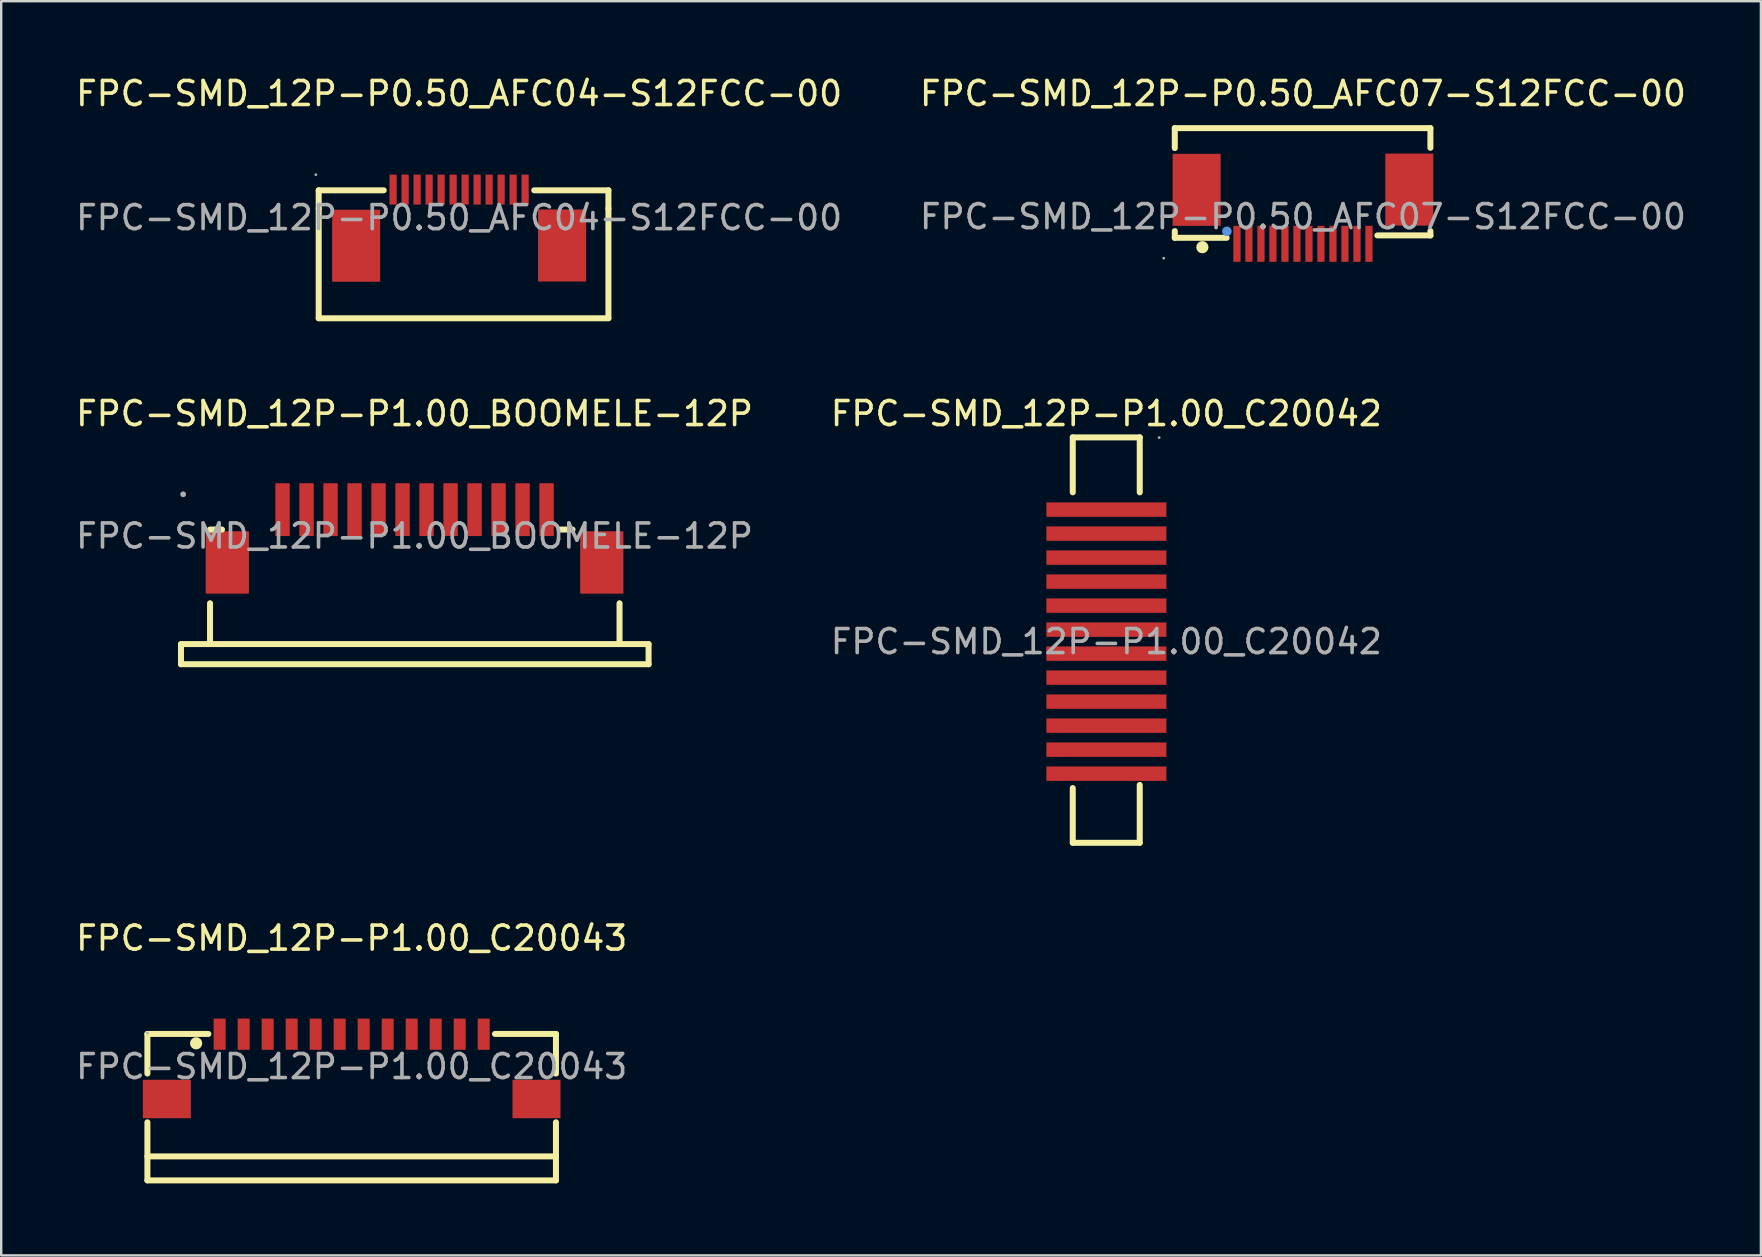
<source format=kicad_pcb>
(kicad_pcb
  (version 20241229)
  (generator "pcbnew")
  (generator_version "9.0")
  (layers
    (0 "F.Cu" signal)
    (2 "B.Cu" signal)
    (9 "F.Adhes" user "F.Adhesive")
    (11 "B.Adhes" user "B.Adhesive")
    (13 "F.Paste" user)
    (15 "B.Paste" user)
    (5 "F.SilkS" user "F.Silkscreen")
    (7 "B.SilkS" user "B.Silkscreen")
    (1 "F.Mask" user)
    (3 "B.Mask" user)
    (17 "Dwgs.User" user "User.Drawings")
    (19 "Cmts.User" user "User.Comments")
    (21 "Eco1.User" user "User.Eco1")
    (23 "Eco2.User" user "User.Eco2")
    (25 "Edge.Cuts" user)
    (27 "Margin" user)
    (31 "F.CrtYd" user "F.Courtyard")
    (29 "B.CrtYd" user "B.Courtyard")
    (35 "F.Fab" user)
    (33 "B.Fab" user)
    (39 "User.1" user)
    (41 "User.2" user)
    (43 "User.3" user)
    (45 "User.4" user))
  (footprint "FPC-SMD_12P-P1.00_C20043"
    (layer "F.Cu")
    (at 11.601 41.385)
    (property "Reference" "FPC-SMD_12P-P1.00_C20043" (at 0 -5.35 0) (layer "F.SilkS") (effects (font (size 1 1) (thickness 0.15))))
    (attr through_hole)
    (fp_line (start -8.51 -1.36) (end -5.97 -1.36) (stroke (width 0.25) (type solid)) (layer "F.SilkS"))
    (fp_line (start -8.51 0.29) (end -8.51 -1.36) (stroke (width 0.25) (type solid)) (layer "F.SilkS"))
    (fp_line (start -8.51 2.32) (end -8.51 4.74) (stroke (width 0.25) (type solid)) (layer "F.SilkS"))
    (fp_line (start -8.51 3.74) (end 8.51 3.74) (stroke (width 0.25) (type solid)) (layer "F.SilkS"))
    (fp_line (start -8.51 4.74) (end 8.51 4.74) (stroke (width 0.25) (type solid)) (layer "F.SilkS"))
    (fp_line (start 5.97 -1.36) (end 8.51 -1.36) (stroke (width 0.25) (type solid)) (layer "F.SilkS"))
    (fp_line (start 8.51 -1.36) (end 8.51 0.29) (stroke (width 0.25) (type solid)) (layer "F.SilkS"))
    (fp_line (start 8.51 4.74) (end 8.51 2.32) (stroke (width 0.25) (type solid)) (layer "F.SilkS"))
    (fp_circle (center -6.48 -0.97) (end -6.35 -0.97) (stroke (width 0.25) (type solid)) (fill no) (layer "F.SilkS"))
    (fp_circle (center -8.51 -1.4) (end -8.48 -1.4) (stroke (width 0.06) (type solid)) (fill no) (layer "F.Fab"))
    (fp_text user "${REFERENCE}" (at 0 0 0) (layer "F.Fab") (effects (font (size 1 1) (thickness 0.15))))
    (pad "1" smd rect (at -5.5 -1.35) (size 0.5 1.3) (layers "F.Cu" "F.Mask" "F.Paste"))
    (pad "2" smd rect (at -4.5 -1.35) (size 0.5 1.3) (layers "F.Cu" "F.Mask" "F.Paste"))
    (pad "3" smd rect (at -3.5 -1.35) (size 0.5 1.3) (layers "F.Cu" "F.Mask" "F.Paste"))
    (pad "4" smd rect (at -2.5 -1.35) (size 0.5 1.3) (layers "F.Cu" "F.Mask" "F.Paste"))
    (pad "5" smd rect (at -1.5 -1.35) (size 0.5 1.3) (layers "F.Cu" "F.Mask" "F.Paste"))
    (pad "6" smd rect (at -0.5 -1.35) (size 0.5 1.3) (layers "F.Cu" "F.Mask" "F.Paste"))
    (pad "7" smd rect (at 0.5 -1.35) (size 0.5 1.3) (layers "F.Cu" "F.Mask" "F.Paste"))
    (pad "8" smd rect (at 1.5 -1.35) (size 0.5 1.3) (layers "F.Cu" "F.Mask" "F.Paste"))
    (pad "9" smd rect (at 2.5 -1.35) (size 0.5 1.3) (layers "F.Cu" "F.Mask" "F.Paste"))
    (pad "10" smd rect (at 3.5 -1.35) (size 0.5 1.3) (layers "F.Cu" "F.Mask" "F.Paste"))
    (pad "11" smd rect (at 4.5 -1.35) (size 0.5 1.3) (layers "F.Cu" "F.Mask" "F.Paste"))
    (pad "12" smd rect (at 5.5 -1.35) (size 0.5 1.3) (layers "F.Cu" "F.Mask" "F.Paste"))
    (pad "13" smd rect (at 7.7 1.35) (size 2 1.6) (layers "F.Cu" "F.Mask" "F.Paste"))
    (pad "14" smd rect (at -7.7 1.35) (size 2 1.6) (layers "F.Cu" "F.Mask" "F.Paste")))
  (footprint "FPC-SMD_12P-P1.00_BOOMELE-12P"
    (layer "F.Cu")
    (at 14.22 19.282)
    (property "Reference" "FPC-SMD_12P-P1.00_BOOMELE-12P" (at 0 -5.1 0) (layer "F.SilkS") (effects (font (size 1 1) (thickness 0.15))))
    (attr through_hole)
    (fp_line (start -9.73 5.34) (end -9.73 4.51) (stroke (width 0.25) (type solid)) (layer "F.SilkS"))
    (fp_line (start -9.73 5.34) (end 9.75 5.34) (stroke (width 0.25) (type solid)) (layer "F.SilkS"))
    (fp_line (start -8.52 -0.27) (end -8.02 -0.27) (stroke (width 0.25) (type solid)) (layer "F.SilkS"))
    (fp_line (start -8.52 2.8) (end -8.52 4.48) (stroke (width 0.25) (type solid)) (layer "F.SilkS"))
    (fp_line (start 6.08 -0.27) (end 6.58 -0.27) (stroke (width 0.25) (type solid)) (layer "F.SilkS"))
    (fp_line (start 8.54 4.5) (end 8.54 2.8) (stroke (width 0.25) (type solid)) (layer "F.SilkS"))
    (fp_line (start 9.75 4.5) (end -9.73 4.5) (stroke (width 0.25) (type solid)) (layer "F.SilkS"))
    (fp_line (start 9.75 5.34) (end 9.75 4.51) (stroke (width 0.25) (type solid)) (layer "F.SilkS"))
    (fp_circle (center -9.64 -1.74) (end -9.58 -1.74) (stroke (width 0.12) (type solid)) (fill no) (layer "F.Fab"))
    (fp_text user "${REFERENCE}" (at 0 0 0) (layer "F.Fab") (effects (font (size 1 1) (thickness 0.15))))
    (pad "1" smd rect (at -5.5 -1.1 180) (size 0.6 2.2) (layers "F.Cu" "F.Mask" "F.Paste"))
    (pad "2" smd rect (at -4.5 -1.1 180) (size 0.6 2.2) (layers "F.Cu" "F.Mask" "F.Paste"))
    (pad "3" smd rect (at -3.5 -1.1 180) (size 0.6 2.2) (layers "F.Cu" "F.Mask" "F.Paste"))
    (pad "4" smd rect (at -2.5 -1.1 180) (size 0.6 2.2) (layers "F.Cu" "F.Mask" "F.Paste"))
    (pad "5" smd rect (at -1.5 -1.1 180) (size 0.6 2.2) (layers "F.Cu" "F.Mask" "F.Paste"))
    (pad "6" smd rect (at -0.5 -1.1 180) (size 0.6 2.2) (layers "F.Cu" "F.Mask" "F.Paste"))
    (pad "7" smd rect (at 0.5 -1.1 180) (size 0.6 2.2) (layers "F.Cu" "F.Mask" "F.Paste"))
    (pad "8" smd rect (at 1.5 -1.1 180) (size 0.6 2.2) (layers "F.Cu" "F.Mask" "F.Paste"))
    (pad "9" smd rect (at 2.5 -1.1 180) (size 0.6 2.2) (layers "F.Cu" "F.Mask" "F.Paste"))
    (pad "10" smd rect (at 3.5 -1.1 180) (size 0.6 2.2) (layers "F.Cu" "F.Mask" "F.Paste"))
    (pad "11" smd rect (at 4.5 -1.1 180) (size 0.6 2.2) (layers "F.Cu" "F.Mask" "F.Paste"))
    (pad "12" smd rect (at 5.5 -1.1 180) (size 0.6 2.2) (layers "F.Cu" "F.Mask" "F.Paste"))
    (pad "13" smd rect (at -7.8 1.1 270) (size 2.6 1.8) (layers "F.Cu" "F.Mask" "F.Paste"))
    (pad "14" smd rect (at 7.8 1.1 270) (size 2.6 1.8) (layers "F.Cu" "F.Mask" "F.Paste")))
  (footprint "FPC-SMD_12P-P1.00_C20042"
    (layer "F.Cu")
    (at 43.042 23.681)
    (property "Reference" "FPC-SMD_12P-P1.00_C20042" (at 0 -9.5 0) (layer "F.SilkS") (effects (font (size 1 1) (thickness 0.15))))
    (attr through_hole)
    (fp_line (start -1.4 -8.51) (end 1.39 -8.51) (stroke (width 0.25) (type solid)) (layer "F.SilkS"))
    (fp_line (start -1.4 -6.22) (end -1.4 -8.51) (stroke (width 0.25) (type solid)) (layer "F.SilkS"))
    (fp_line (start -1.4 8.38) (end -1.4 6.1) (stroke (width 0.25) (type solid)) (layer "F.SilkS"))
    (fp_line (start 1.39 -8.51) (end 1.39 -6.22) (stroke (width 0.25) (type solid)) (layer "F.SilkS"))
    (fp_line (start 1.39 5.97) (end 1.39 8.38) (stroke (width 0.25) (type solid)) (layer "F.SilkS"))
    (fp_line (start 1.39 8.38) (end -1.4 8.38) (stroke (width 0.25) (type solid)) (layer "F.SilkS"))
    (fp_circle (center 2.2 -8.5) (end 2.23 -8.5) (stroke (width 0.06) (type solid)) (fill no) (layer "F.Fab"))
    (fp_text user "${REFERENCE}" (at 0 0 0) (layer "F.Fab") (effects (font (size 1 1) (thickness 0.15))))
    (pad "1" smd rect (at 0 -5.5 90) (size 0.6 5) (layers "F.Cu" "F.Mask" "F.Paste"))
    (pad "2" smd rect (at 0 -4.5 90) (size 0.6 5) (layers "F.Cu" "F.Mask" "F.Paste"))
    (pad "3" smd rect (at 0 -3.5 90) (size 0.6 5) (layers "F.Cu" "F.Mask" "F.Paste"))
    (pad "4" smd rect (at 0 -2.5 90) (size 0.6 5) (layers "F.Cu" "F.Mask" "F.Paste"))
    (pad "5" smd rect (at 0 -1.5 90) (size 0.6 5) (layers "F.Cu" "F.Mask" "F.Paste"))
    (pad "6" smd rect (at 0 -0.5 90) (size 0.6 5) (layers "F.Cu" "F.Mask" "F.Paste"))
    (pad "7" smd rect (at 0 0.5 90) (size 0.6 5) (layers "F.Cu" "F.Mask" "F.Paste"))
    (pad "8" smd rect (at 0 1.5 90) (size 0.6 5) (layers "F.Cu" "F.Mask" "F.Paste"))
    (pad "9" smd rect (at 0 2.5 90) (size 0.6 5) (layers "F.Cu" "F.Mask" "F.Paste"))
    (pad "10" smd rect (at 0 3.5 90) (size 0.6 5) (layers "F.Cu" "F.Mask" "F.Paste"))
    (pad "11" smd rect (at 0 4.5 90) (size 0.6 5) (layers "F.Cu" "F.Mask" "F.Paste"))
    (pad "12" smd rect (at 0 5.5 90) (size 0.6 5) (layers "F.Cu" "F.Mask" "F.Paste")))
  (footprint "FPC-SMD_12P-P0.50_AFC07-S12FCC-00"
    (layer "F.Cu")
    (at 51.232 5.978)
    (property "Reference" "FPC-SMD_12P-P0.50_AFC07-S12FCC-00" (at 0 -5.13 0) (layer "F.SilkS") (effects (font (size 1 1) (thickness 0.15))))
    (attr through_hole)
    (fp_line (start -5.34 -3.69) (end -5.34 -2.86) (stroke (width 0.25) (type solid)) (layer "F.SilkS"))
    (fp_line (start -5.34 0.6) (end -5.34 0.88) (stroke (width 0.25) (type solid)) (layer "F.SilkS"))
    (fp_line (start -5.34 0.88) (end -3.18 0.88) (stroke (width 0.25) (type solid)) (layer "F.SilkS"))
    (fp_line (start 3.1 0.78) (end 5.31 0.78) (stroke (width 0.25) (type solid)) (layer "F.SilkS"))
    (fp_line (start 5.31 -3.69) (end -5.34 -3.69) (stroke (width 0.25) (type solid)) (layer "F.SilkS"))
    (fp_line (start 5.31 -2.87) (end 5.31 -3.69) (stroke (width 0.25) (type solid)) (layer "F.SilkS"))
    (fp_line (start 5.31 0.78) (end 5.31 0.6) (stroke (width 0.25) (type solid)) (layer "F.SilkS"))
    (fp_circle (center -4.19 1.27) (end -4.06 1.27) (stroke (width 0.25) (type solid)) (fill no) (layer "F.SilkS"))
    (fp_circle (center -3.17 0.61) (end -3.07 0.61) (stroke (width 0.2) (type solid)) (fill no) (layer "Cmts.User"))
    (fp_circle (center -5.8 1.73) (end -5.77 1.73) (stroke (width 0.06) (type solid)) (fill no) (layer "F.Fab"))
    (fp_text user "${REFERENCE}" (at 0 0 0) (layer "F.Fab") (effects (font (size 1 1) (thickness 0.15))))
    (pad "1" smd rect (at -2.75 1.13) (size 0.3 1.5) (layers "F.Cu" "F.Mask" "F.Paste"))
    (pad "2" smd rect (at -2.25 1.13) (size 0.3 1.5) (layers "F.Cu" "F.Mask" "F.Paste"))
    (pad "3" smd rect (at -1.75 1.13) (size 0.3 1.5) (layers "F.Cu" "F.Mask" "F.Paste"))
    (pad "4" smd rect (at -1.25 1.13) (size 0.3 1.5) (layers "F.Cu" "F.Mask" "F.Paste"))
    (pad "5" smd rect (at -0.75 1.13) (size 0.3 1.5) (layers "F.Cu" "F.Mask" "F.Paste"))
    (pad "6" smd rect (at -0.25 1.13) (size 0.3 1.5) (layers "F.Cu" "F.Mask" "F.Paste"))
    (pad "7" smd rect (at 0.25 1.13) (size 0.3 1.5) (layers "F.Cu" "F.Mask" "F.Paste"))
    (pad "8" smd rect (at 0.75 1.13) (size 0.3 1.5) (layers "F.Cu" "F.Mask" "F.Paste"))
    (pad "9" smd rect (at 1.25 1.13) (size 0.3 1.5) (layers "F.Cu" "F.Mask" "F.Paste"))
    (pad "10" smd rect (at 1.75 1.13) (size 0.3 1.5) (layers "F.Cu" "F.Mask" "F.Paste"))
    (pad "11" smd rect (at 2.25 1.13) (size 0.3 1.5) (layers "F.Cu" "F.Mask" "F.Paste"))
    (pad "12" smd rect (at 2.75 1.13) (size 0.3 1.5) (layers "F.Cu" "F.Mask" "F.Paste"))
    (pad "13" smd rect (at 4.43 -1.13 180) (size 2 3) (layers "F.Cu" "F.Mask" "F.Paste"))
    (pad "14" smd rect (at -4.43 -1.12) (size 2 3) (layers "F.Cu" "F.Mask" "F.Paste")))
  (footprint "FPC-SMD_12P-P0.50_AFC04-S12FCC-00"
    (layer "F.Cu")
    (at 16.077 6.018)
    (property "Reference" "FPC-SMD_12P-P0.50_AFC04-S12FCC-00" (at 0 -5.17 0) (layer "F.SilkS") (effects (font (size 1 1) (thickness 0.15))))
    (attr through_hole)
    (fp_line (start -5.85 -1.14) (end -3.14 -1.14) (stroke (width 0.25) (type solid)) (layer "F.SilkS"))
    (fp_line (start -5.85 -0.38) (end -5.85 -1.14) (stroke (width 0.25) (type solid)) (layer "F.SilkS"))
    (fp_line (start -5.85 -0.38) (end -5.85 4.19) (stroke (width 0.25) (type solid)) (layer "F.SilkS"))
    (fp_line (start -5.85 4.19) (end 6.22 4.19) (stroke (width 0.25) (type solid)) (layer "F.SilkS"))
    (fp_line (start 3.13 -1.14) (end 6.22 -1.14) (stroke (width 0.25) (type solid)) (layer "F.SilkS"))
    (fp_line (start 6.22 -1.14) (end 6.22 -0.38) (stroke (width 0.25) (type solid)) (layer "F.SilkS"))
    (fp_line (start 6.22 -0.38) (end 6.22 4.19) (stroke (width 0.25) (type solid)) (layer "F.SilkS"))
    (fp_circle (center -5.97 -1.79) (end -5.94 -1.79) (stroke (width 0.06) (type solid)) (fill no) (layer "F.Fab"))
    (fp_text user "${REFERENCE}" (at 0 0 0) (layer "F.Fab") (effects (font (size 1 1) (thickness 0.15))))
    (pad "1" smd rect (at -2.75 -1.17) (size 0.3 1.25) (layers "F.Cu" "F.Mask" "F.Paste"))
    (pad "2" smd rect (at -2.25 -1.17) (size 0.3 1.25) (layers "F.Cu" "F.Mask" "F.Paste"))
    (pad "3" smd rect (at -1.75 -1.17) (size 0.3 1.25) (layers "F.Cu" "F.Mask" "F.Paste"))
    (pad "4" smd rect (at -1.25 -1.17) (size 0.3 1.25) (layers "F.Cu" "F.Mask" "F.Paste"))
    (pad "5" smd rect (at -0.75 -1.17) (size 0.3 1.25) (layers "F.Cu" "F.Mask" "F.Paste"))
    (pad "6" smd rect (at -0.25 -1.17) (size 0.3 1.25) (layers "F.Cu" "F.Mask" "F.Paste"))
    (pad "7" smd rect (at 0.25 -1.17) (size 0.3 1.25) (layers "F.Cu" "F.Mask" "F.Paste"))
    (pad "8" smd rect (at 0.75 -1.17) (size 0.3 1.25) (layers "F.Cu" "F.Mask" "F.Paste"))
    (pad "9" smd rect (at 1.25 -1.17) (size 0.3 1.25) (layers "F.Cu" "F.Mask" "F.Paste"))
    (pad "10" smd rect (at 1.75 -1.17) (size 0.3 1.25) (layers "F.Cu" "F.Mask" "F.Paste"))
    (pad "11" smd rect (at 2.25 -1.17) (size 0.3 1.25) (layers "F.Cu" "F.Mask" "F.Paste"))
    (pad "12" smd rect (at 2.75 -1.17) (size 0.3 1.25) (layers "F.Cu" "F.Mask" "F.Paste"))
    (pad "13" smd rect (at 4.29 1.16) (size 2 3) (layers "F.Cu" "F.Mask" "F.Paste"))
    (pad "14" smd rect (at -4.29 1.17) (size 2 3) (layers "F.Cu" "F.Mask" "F.Paste")))
  (gr_rect
    (start -3 -3)
    (end 70.31 49.25)
    (stroke (width 0.1) (type default))
    (fill no)
    (layer "Edge.Cuts")))
</source>
